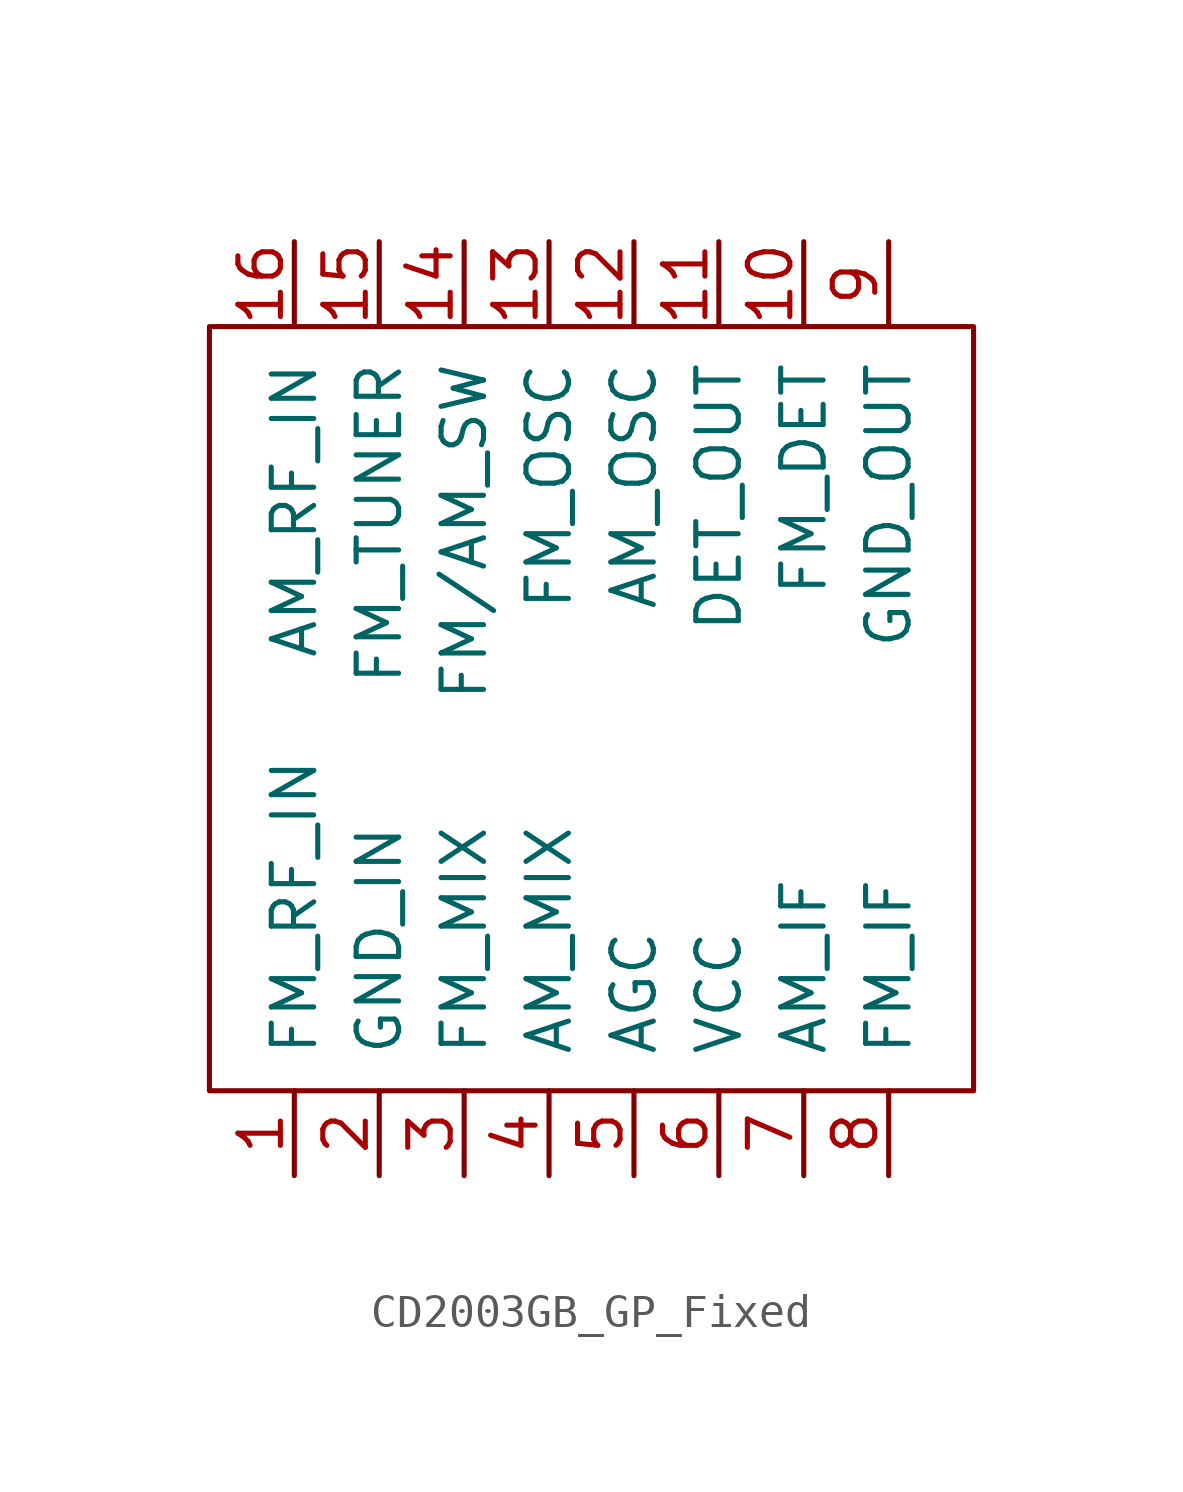
<source format=kicad_sym>
(kicad_symbol_lib
  (version 20220914)
  (generator kicad_symbol_editor)
  (symbol "CD2003GB_GP_Fixed"
    (pin_names
      (offset 1.016))
    (property "Reference" "U7"
      (at -7.62 -13.97 90)
      (effects (font (size 1.27 1.27)) hide))
    (symbol "CD2003GB_GP_Fixed_0_1"
      (rectangle (start -11.43 17.78) (end 11.43 -5.08) (stroke (width 0) (type solid)) (fill (type none))))
    (symbol "CD2003GB_GP_Fixed_1_1"
      (pin input line (at -8.89 -7.62 90) (length 2.54) (name "FM_RF_IN" (effects (font (size 1.27 1.27)))) (number "1" (effects (font (size 1.27 1.27)))))
      (pin input line (at 6.35 20.32 270) (length 2.54) (name "FM_DET" (effects (font (size 1.27 1.27)))) (number "10" (effects (font (size 1.27 1.27)))))
      (pin input line (at 3.81 20.32 270) (length 2.54) (name "DET_OUT" (effects (font (size 1.27 1.27)))) (number "11" (effects (font (size 1.27 1.27)))))
      (pin input line (at 1.27 20.32 270) (length 2.54) (name "AM_OSC" (effects (font (size 1.27 1.27)))) (number "12" (effects (font (size 1.27 1.27)))))
      (pin input line (at -1.27 20.32 270) (length 2.54) (name "FM_OSC" (effects (font (size 1.27 1.27)))) (number "13" (effects (font (size 1.27 1.27)))))
      (pin input line (at -3.81 20.32 270) (length 2.54) (name "FM/AM_SW" (effects (font (size 1.27 1.27)))) (number "14" (effects (font (size 1.27 1.27)))))
      (pin input line (at -6.35 20.32 270) (length 2.54) (name "FM_TUNER" (effects (font (size 1.27 1.27)))) (number "15" (effects (font (size 1.27 1.27)))))
      (pin input line (at -8.89 20.32 270) (length 2.54) (name "AM_RF_IN" (effects (font (size 1.27 1.27)))) (number "16" (effects (font (size 1.27 1.27)))))
      (pin input line (at -6.35 -7.62 90) (length 2.54) (name "GND_IN" (effects (font (size 1.27 1.27)))) (number "2" (effects (font (size 1.27 1.27)))))
      (pin input line (at -3.81 -7.62 90) (length 2.54) (name "FM_MIX" (effects (font (size 1.27 1.27)))) (number "3" (effects (font (size 1.27 1.27)))))
      (pin input line (at -1.27 -7.62 90) (length 2.54) (name "AM_MIX" (effects (font (size 1.27 1.27)))) (number "4" (effects (font (size 1.27 1.27)))))
      (pin passive line (at 1.27 -7.62 90) (length 2.54) (name "AGC" (effects (font (size 1.27 1.27)))) (number "5" (effects (font (size 1.27 1.27)))))
      (pin input line (at 3.81 -7.62 90) (length 2.54) (name "VCC" (effects (font (size 1.27 1.27)))) (number "6" (effects (font (size 1.27 1.27)))))
      (pin input line (at 6.35 -7.62 90) (length 2.54) (name "AM_IF" (effects (font (size 1.27 1.27)))) (number "7" (effects (font (size 1.27 1.27)))))
      (pin input line (at 8.89 -7.62 90) (length 2.54) (name "FM_IF" (effects (font (size 1.27 1.27)))) (number "8" (effects (font (size 1.27 1.27)))))
      (pin input line (at 8.89 20.32 270) (length 2.54) (name "GND_OUT" (effects (font (size 1.27 1.27)))) (number "9" (effects (font (size 1.27 1.27))))))))
</source>
